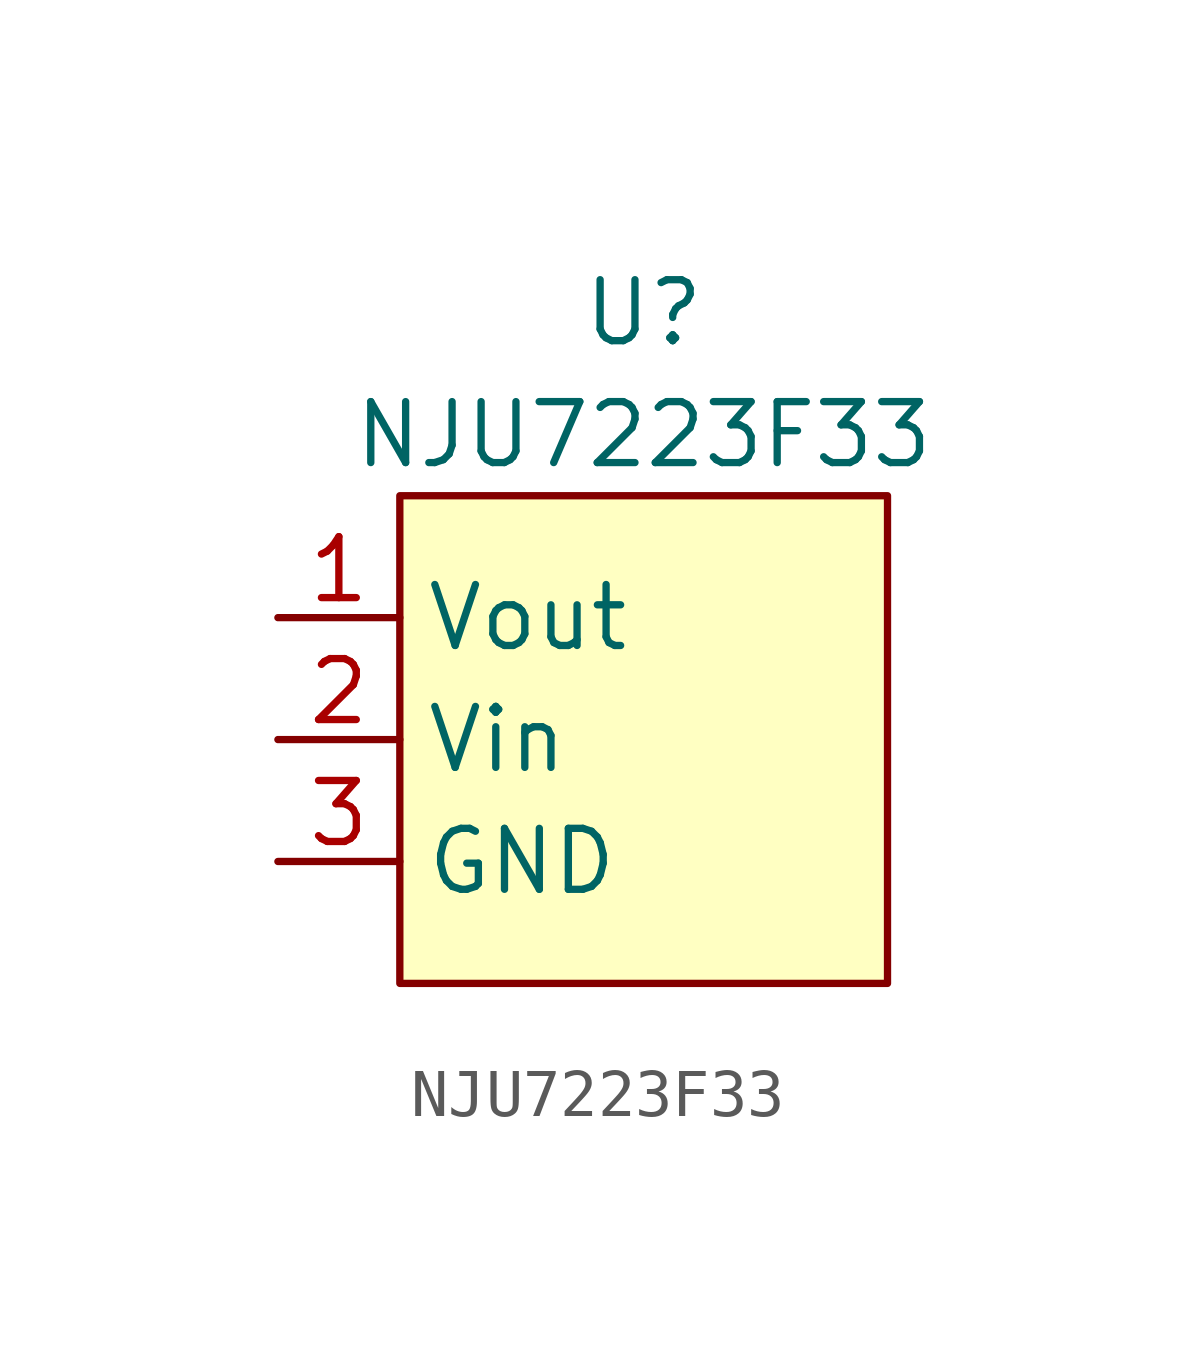
<source format=kicad_sym>
(kicad_symbol_lib
  (version 20231120)
  (generator "kicad_symbol_editor")
  (generator_version "8.0")
  (symbol "NJU7223F33"
    (property "Reference" "U"
      (at 0 6.35 0)
      (effects (font (size 1.27 1.27))))
    (property "Value" "NJU7223F33"
      (at 0 3.81 0)
      (effects (font (size 1.27 1.27))))
    (symbol "NJU7223F33_0_0"
      (pin power_out line (at -7.62 0 0) (length 2.54) (name "Vout" (effects (font (size 1.27 1.27)))) (number "1" (effects (font (size 1.27 1.27)))))
      (pin power_in line (at -7.62 -2.54 0) (length 2.54) (name "Vin" (effects (font (size 1.27 1.27)))) (number "2" (effects (font (size 1.27 1.27)))))
      (pin power_in line (at -7.62 -5.08 0) (length 2.54) (name "GND" (effects (font (size 1.27 1.27)))) (number "3" (effects (font (size 1.27 1.27))))))
    (symbol "NJU7223F33_1_1"
      (text_box "" (at -5.08 2.54 0) (size 10.16 -10.16) (stroke (width 0) (type default)) (fill (type background)) (effects (font (size 1.27 1.27)) (justify left top))))))
</source>
